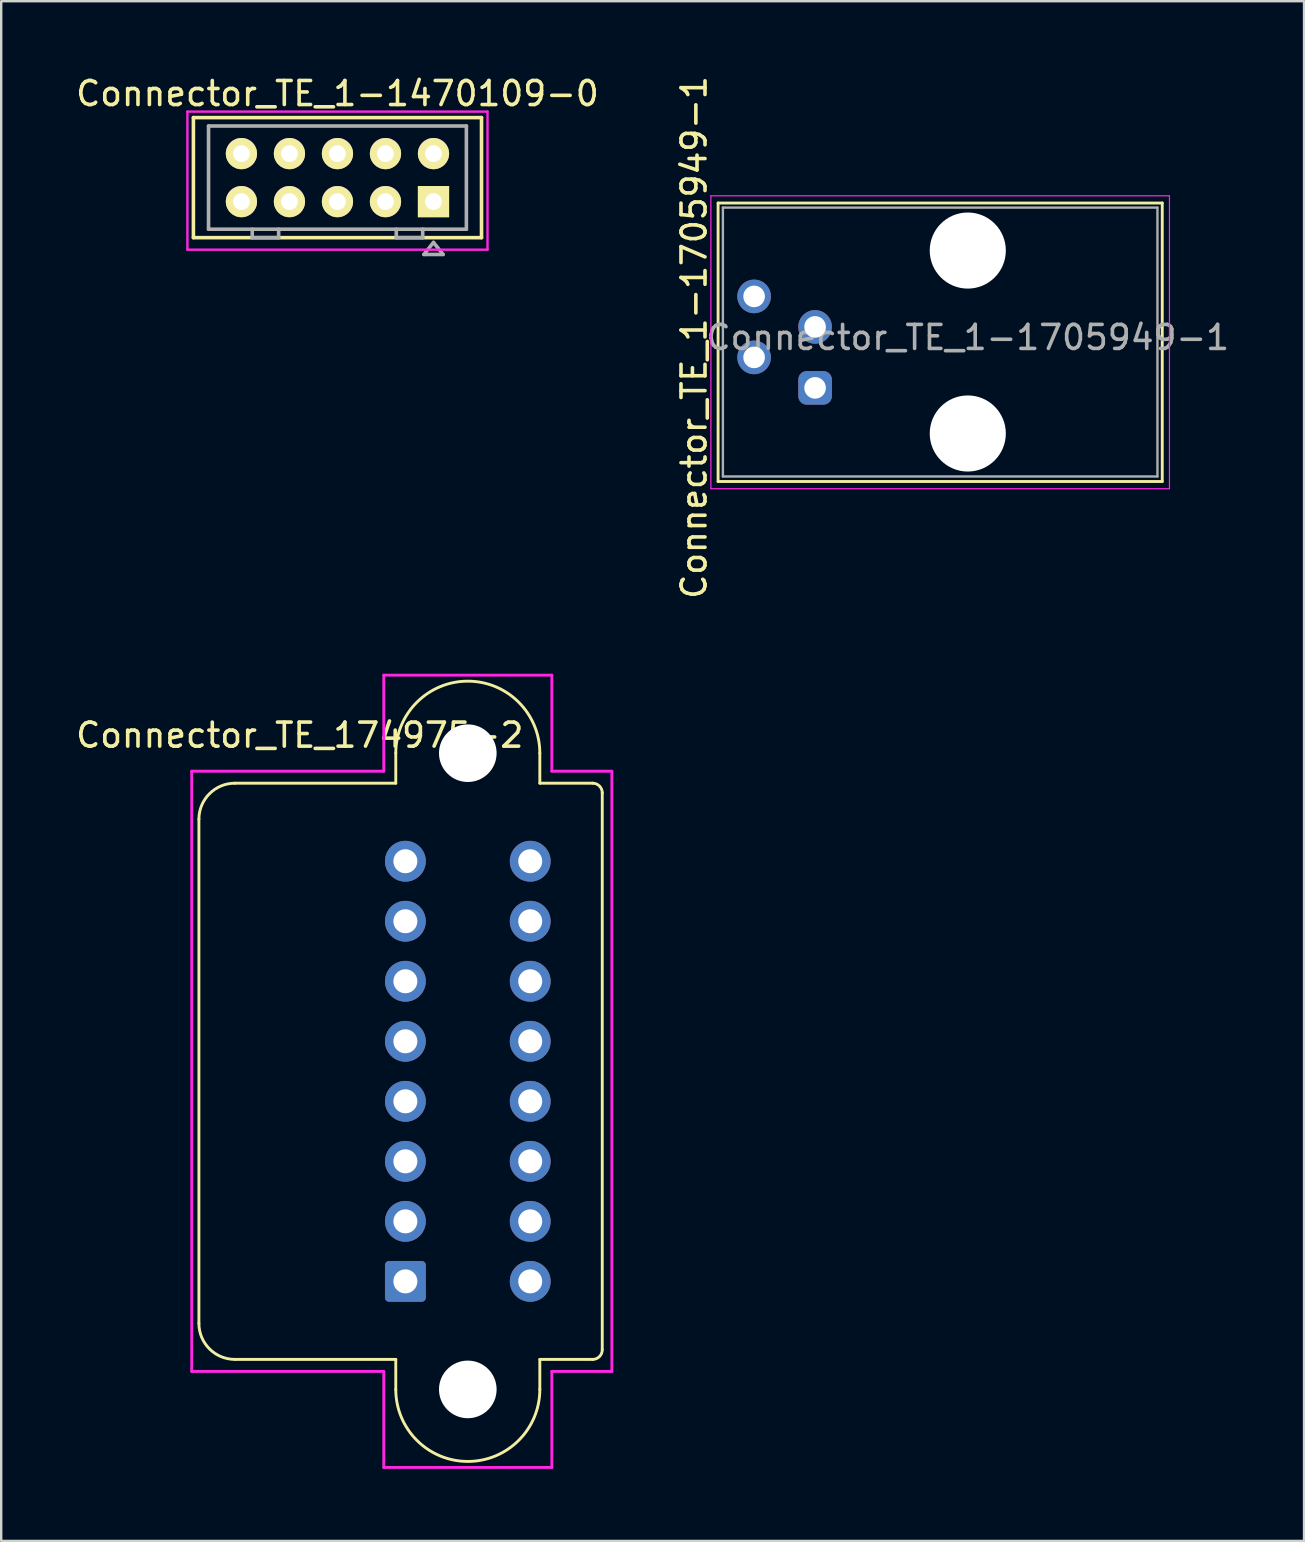
<source format=kicad_pcb>
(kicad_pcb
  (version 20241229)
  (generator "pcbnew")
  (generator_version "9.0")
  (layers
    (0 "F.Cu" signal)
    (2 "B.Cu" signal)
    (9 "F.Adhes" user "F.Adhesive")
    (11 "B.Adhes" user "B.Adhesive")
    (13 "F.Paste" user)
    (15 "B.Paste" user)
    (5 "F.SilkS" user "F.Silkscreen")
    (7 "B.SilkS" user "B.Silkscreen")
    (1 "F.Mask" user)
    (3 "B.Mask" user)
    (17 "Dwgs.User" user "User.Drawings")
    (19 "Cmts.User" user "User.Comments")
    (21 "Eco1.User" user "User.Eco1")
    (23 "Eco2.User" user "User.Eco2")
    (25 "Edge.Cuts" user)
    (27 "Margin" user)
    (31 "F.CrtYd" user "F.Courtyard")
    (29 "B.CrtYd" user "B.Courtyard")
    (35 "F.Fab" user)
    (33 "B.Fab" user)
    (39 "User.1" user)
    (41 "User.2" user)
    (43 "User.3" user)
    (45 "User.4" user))
  (footprint "Connector_TE_1-1470109-0"
    (layer "F.Cu")
    (at 11.006 4.348)
    (property "Reference" "Connector_TE_1-1470109-0" (at 0 -3.5 0) (layer "F.SilkS") (effects (font (size 1 1) (thickness 0.15))))
    (attr through_hole)
    (fp_line (start -6 -2.5) (end 6 -2.5) (stroke (width 0.15) (type solid)) (layer "F.SilkS"))
    (fp_line (start -6 2.5) (end -6 -2.5) (stroke (width 0.15) (type solid)) (layer "F.SilkS"))
    (fp_line (start 6 -2.5) (end 6 2.5) (stroke (width 0.15) (type solid)) (layer "F.SilkS"))
    (fp_line (start 6 2.5) (end -6 2.5) (stroke (width 0.15) (type solid)) (layer "F.SilkS"))
    (fp_line (start -6.25 -2.75) (end 6.25 -2.75) (stroke (width 0.1) (type solid)) (layer "F.CrtYd"))
    (fp_line (start -6.25 3) (end -6.25 -2.75) (stroke (width 0.1) (type solid)) (layer "F.CrtYd"))
    (fp_line (start 6.25 -2.75) (end 6.25 3) (stroke (width 0.1) (type solid)) (layer "F.CrtYd"))
    (fp_line (start 6.25 3) (end -6.25 3) (stroke (width 0.1) (type solid)) (layer "F.CrtYd"))
    (fp_line (start -5.37 -2.15) (end 5.37 -2.15) (stroke (width 0.15) (type solid)) (layer "F.Fab"))
    (fp_line (start -5.37 2.15) (end -5.37 -2.15) (stroke (width 0.15) (type solid)) (layer "F.Fab"))
    (fp_line (start -3.55 2.15) (end -3.55 2.5) (stroke (width 0.15) (type solid)) (layer "F.Fab"))
    (fp_line (start -3.55 2.5) (end -2.45 2.5) (stroke (width 0.15) (type solid)) (layer "F.Fab"))
    (fp_line (start -2.45 2.15) (end -2.45 2.5) (stroke (width 0.15) (type solid)) (layer "F.Fab"))
    (fp_line (start 2.45 2.15) (end 2.45 2.5) (stroke (width 0.15) (type solid)) (layer "F.Fab"))
    (fp_line (start 2.45 2.5) (end 3.55 2.5) (stroke (width 0.15) (type solid)) (layer "F.Fab"))
    (fp_line (start 3.55 2.15) (end 3.55 2.5) (stroke (width 0.15) (type solid)) (layer "F.Fab"))
    (fp_line (start 3.6 3.2) (end 4.4 3.2) (stroke (width 0.15) (type solid)) (layer "F.Fab"))
    (fp_line (start 4 2.7) (end 3.6 3.2) (stroke (width 0.15) (type solid)) (layer "F.Fab"))
    (fp_line (start 4.4 3.2) (end 4 2.7) (stroke (width 0.15) (type solid)) (layer "F.Fab"))
    (fp_line (start 5.37 -2.15) (end 5.37 2.15) (stroke (width 0.15) (type solid)) (layer "F.Fab"))
    (fp_line (start 5.37 2.15) (end -5.37 2.15) (stroke (width 0.15) (type solid)) (layer "F.Fab"))
    (pad "1" thru_hole rect (at 4 1) (size 1.3 1.3) (drill 0.7) (layers "*.Cu" "*.Mask" "F.SilkS"))
    (pad "2" thru_hole circle (at 4 -1) (size 1.3 1.3) (drill 0.7) (layers "*.Cu" "*.Mask" "F.SilkS"))
    (pad "3" thru_hole circle (at 2 1) (size 1.3 1.3) (drill 0.7) (layers "*.Cu" "*.Mask" "F.SilkS"))
    (pad "4" thru_hole circle (at 2 -1) (size 1.3 1.3) (drill 0.7) (layers "*.Cu" "*.Mask" "F.SilkS"))
    (pad "5" thru_hole circle (at 0 1) (size 1.3 1.3) (drill 0.7) (layers "*.Cu" "*.Mask" "F.SilkS"))
    (pad "6" thru_hole circle (at 0 -1) (size 1.3 1.3) (drill 0.7) (layers "*.Cu" "*.Mask" "F.SilkS"))
    (pad "7" thru_hole circle (at -2 1) (size 1.3 1.3) (drill 0.7) (layers "*.Cu" "*.Mask" "F.SilkS"))
    (pad "8" thru_hole circle (at -2 -1) (size 1.3 1.3) (drill 0.7) (layers "*.Cu" "*.Mask" "F.SilkS"))
    (pad "9" thru_hole circle (at -4 1) (size 1.3 1.3) (drill 0.7) (layers "*.Cu" "*.Mask" "F.SilkS"))
    (pad "10" thru_hole circle (at -4 -1) (size 1.3 1.3) (drill 0.7) (layers "*.Cu" "*.Mask" "F.SilkS")))
  (footprint "Connector_TE_174975-2"
    (layer "F.Cu")
    (at 16.435 41.572)
    (property "Reference" "Connector_TE_174975-2" (at -7 -14 0) (layer "F.SilkS") (effects (font (size 1 1) (thickness 0.15))))
    (attr through_hole)
    (fp_line (start -11.2 -10.5) (end -11.2 10.5) (stroke (width 0.12) (type solid)) (layer "F.SilkS"))
    (fp_line (start -9.7 -12) (end -3 -12) (stroke (width 0.12) (type solid)) (layer "F.SilkS"))
    (fp_line (start -9.7 12) (end -3 12) (stroke (width 0.12) (type solid)) (layer "F.SilkS"))
    (fp_line (start -3 -13.25) (end -3 -12) (stroke (width 0.12) (type solid)) (layer "F.SilkS"))
    (fp_line (start -3 13.25) (end -3 12) (stroke (width 0.12) (type solid)) (layer "F.SilkS"))
    (fp_line (start 3 -13.25) (end 3 -12) (stroke (width 0.12) (type solid)) (layer "F.SilkS"))
    (fp_line (start 3 13.25) (end 3 12) (stroke (width 0.12) (type solid)) (layer "F.SilkS"))
    (fp_line (start 5.2 -12) (end 3 -12) (stroke (width 0.12) (type solid)) (layer "F.SilkS"))
    (fp_line (start 5.2 12) (end 3 12) (stroke (width 0.12) (type solid)) (layer "F.SilkS"))
    (fp_line (start 5.6 -11.6) (end 5.6 11.6) (stroke (width 0.12) (type solid)) (layer "F.SilkS"))
    (fp_arc (start -11.2 -10.5) (mid -10.76066 -11.56066) (end -9.7 -12) (stroke (width 0.12) (type solid)) (layer "F.SilkS"))
    (fp_arc (start -9.7 12) (mid -10.76066 11.56066) (end -11.2 10.5) (stroke (width 0.12) (type solid)) (layer "F.SilkS"))
    (fp_arc (start -3 -13.25) (mid 0 -16.25) (end 3 -13.25) (stroke (width 0.12) (type solid)) (layer "F.SilkS"))
    (fp_arc (start 3 13.25) (mid 0 16.25) (end -3 13.25) (stroke (width 0.12) (type solid)) (layer "F.SilkS"))
    (fp_arc (start 5.2 -12) (mid 5.482843 -11.882843) (end 5.6 -11.6) (stroke (width 0.12) (type solid)) (layer "F.SilkS"))
    (fp_arc (start 5.6 11.6) (mid 5.482843 11.882843) (end 5.2 12) (stroke (width 0.12) (type solid)) (layer "F.SilkS"))
    (fp_line (start -11.5 -12.5) (end -11.5 12.5) (stroke (width 0.12) (type solid)) (layer "F.CrtYd"))
    (fp_line (start -3.5 -16.5) (end -3.5 -12.5) (stroke (width 0.12) (type solid)) (layer "F.CrtYd"))
    (fp_line (start -3.5 -12.5) (end -11.5 -12.5) (stroke (width 0.12) (type solid)) (layer "F.CrtYd"))
    (fp_line (start -3.5 12.5) (end -11.5 12.5) (stroke (width 0.12) (type solid)) (layer "F.CrtYd"))
    (fp_line (start -3.5 16.5) (end -3.5 12.5) (stroke (width 0.12) (type solid)) (layer "F.CrtYd"))
    (fp_line (start 3.5 -16.5) (end -3.5 -16.5) (stroke (width 0.12) (type solid)) (layer "F.CrtYd"))
    (fp_line (start 3.5 -12.5) (end 3.5 -16.5) (stroke (width 0.12) (type solid)) (layer "F.CrtYd"))
    (fp_line (start 3.5 12.5) (end 3.5 16.5) (stroke (width 0.12) (type solid)) (layer "F.CrtYd"))
    (fp_line (start 3.5 16.5) (end -3.5 16.5) (stroke (width 0.12) (type solid)) (layer "F.CrtYd"))
    (fp_line (start 6 -12.5) (end 3.5 -12.5) (stroke (width 0.12) (type solid)) (layer "F.CrtYd"))
    (fp_line (start 6 12.5) (end 3.5 12.5) (stroke (width 0.12) (type solid)) (layer "F.CrtYd"))
    (fp_line (start 6 12.5) (end 6 -12.5) (stroke (width 0.12) (type solid)) (layer "F.CrtYd"))
    (pad "" np_thru_hole circle (at 0 -13.25) (size 2.4 2.4) (drill 2.4) (layers "*.Cu" "*.Mask"))
    (pad "" np_thru_hole circle (at 0 13.25) (size 2.4 2.4) (drill 2.4) (layers "*.Cu" "*.Mask"))
    (pad "1" thru_hole roundrect (at -2.6 8.75) (size 1.7 1.7) (drill 1) (layers "*.Cu" "*.Mask") (roundrect_rratio 0.1))
    (pad "2" thru_hole circle (at -2.6 6.25) (size 1.7 1.7) (drill 1) (layers "*.Cu" "*.Mask"))
    (pad "3" thru_hole circle (at -2.6 3.75) (size 1.7 1.7) (drill 1) (layers "*.Cu" "*.Mask"))
    (pad "4" thru_hole circle (at -2.6 1.25) (size 1.7 1.7) (drill 1) (layers "*.Cu" "*.Mask"))
    (pad "5" thru_hole circle (at -2.6 -1.25) (size 1.7 1.7) (drill 1) (layers "*.Cu" "*.Mask"))
    (pad "6" thru_hole circle (at -2.6 -3.75) (size 1.7 1.7) (drill 1) (layers "*.Cu" "*.Mask"))
    (pad "7" thru_hole circle (at -2.6 -6.25) (size 1.7 1.7) (drill 1) (layers "*.Cu" "*.Mask"))
    (pad "8" thru_hole circle (at -2.6 -8.75) (size 1.7 1.7) (drill 1) (layers "*.Cu" "*.Mask"))
    (pad "9" thru_hole circle (at 2.6 8.75) (size 1.7 1.7) (drill 1) (layers "*.Cu" "*.Mask"))
    (pad "10" thru_hole circle (at 2.6 6.25) (size 1.7 1.7) (drill 1) (layers "*.Cu" "*.Mask"))
    (pad "11" thru_hole circle (at 2.6 3.75) (size 1.7 1.7) (drill 1) (layers "*.Cu" "*.Mask"))
    (pad "12" thru_hole circle (at 2.6 1.25) (size 1.7 1.7) (drill 1) (layers "*.Cu" "*.Mask"))
    (pad "13" thru_hole circle (at 2.6 -1.25) (size 1.7 1.7) (drill 1) (layers "*.Cu" "*.Mask"))
    (pad "14" thru_hole circle (at 2.6 -3.75) (size 1.7 1.7) (drill 1) (layers "*.Cu" "*.Mask"))
    (pad "15" thru_hole circle (at 2.6 -6.25) (size 1.7 1.7) (drill 1) (layers "*.Cu" "*.Mask"))
    (pad "16" thru_hole circle (at 2.6 -8.75) (size 1.7 1.7) (drill 1) (layers "*.Cu" "*.Mask")))
  (footprint "Connector_TE_1-1705949-1"
    (layer "F.Cu")
    (at 37.26 15.006)
    (property "Reference" "Connector_TE_1-1705949-1" (at -11.4 -4 270) (layer "F.SilkS") (effects (font (size 1 1) (thickness 0.15))))
    (attr through_hole)
    (fp_line (start -10.4 -9.6) (end 8.1 -9.6) (stroke (width 0.12) (type solid)) (layer "F.SilkS"))
    (fp_line (start -10.4 2) (end -10.4 -9.6) (stroke (width 0.12) (type solid)) (layer "F.SilkS"))
    (fp_line (start 8.1 -9.6) (end 8.1 2) (stroke (width 0.12) (type solid)) (layer "F.SilkS"))
    (fp_line (start 8.1 2) (end -10.4 2) (stroke (width 0.12) (type solid)) (layer "F.SilkS"))
    (fp_line (start -10.7 -9.9) (end 8.4 -9.9) (stroke (width 0.05) (type solid)) (layer "F.CrtYd"))
    (fp_line (start -10.7 2.3) (end -10.7 -9.9) (stroke (width 0.05) (type solid)) (layer "F.CrtYd"))
    (fp_line (start 8.4 -9.9) (end 8.4 2.3) (stroke (width 0.05) (type solid)) (layer "F.CrtYd"))
    (fp_line (start 8.4 2.3) (end -10.7 2.3) (stroke (width 0.05) (type solid)) (layer "F.CrtYd"))
    (fp_line (start -10.2 -9.41) (end -10.2 1.79) (stroke (width 0.1) (type solid)) (layer "F.Fab"))
    (fp_line (start -10.2 -9.41) (end 7.9 -9.41) (stroke (width 0.1) (type solid)) (layer "F.Fab"))
    (fp_line (start -10.2 1.79) (end 7.9 1.79) (stroke (width 0.1) (type solid)) (layer "F.Fab"))
    (fp_line (start 7.9 -9.41) (end 7.9 1.79) (stroke (width 0.1) (type solid)) (layer "F.Fab"))
    (fp_text user "${REFERENCE}" (at 0 -4 0) (layer "F.Fab") (effects (font (size 1 1) (thickness 0.15))))
    (pad "" np_thru_hole circle (at 0 -7.62) (size 3.17 3.17) (drill 3.17) (layers "*.Cu" "*.Mask"))
    (pad "" np_thru_hole circle (at 0 0) (size 3.17 3.17) (drill 3.17) (layers "*.Cu" "*.Mask"))
    (pad "1" thru_hole roundrect (at -6.36 -1.9) (size 1.4 1.4) (drill 0.9) (layers "*.Cu" "*.Mask") (roundrect_rratio 0.25))
    (pad "2" thru_hole circle (at -8.9 -3.17) (size 1.4 1.4) (drill 0.9) (layers "*.Cu" "*.Mask"))
    (pad "3" thru_hole circle (at -6.36 -4.44) (size 1.4 1.4) (drill 0.9) (layers "*.Cu" "*.Mask"))
    (pad "4" thru_hole circle (at -8.9 -5.71) (size 1.4 1.4) (drill 0.9) (layers "*.Cu" "*.Mask")))
  (gr_rect
    (start -3 -3)
    (end 51.266 61.132)
    (stroke (width 0.1) (type default))
    (fill no)
    (layer "Edge.Cuts")))
</source>
